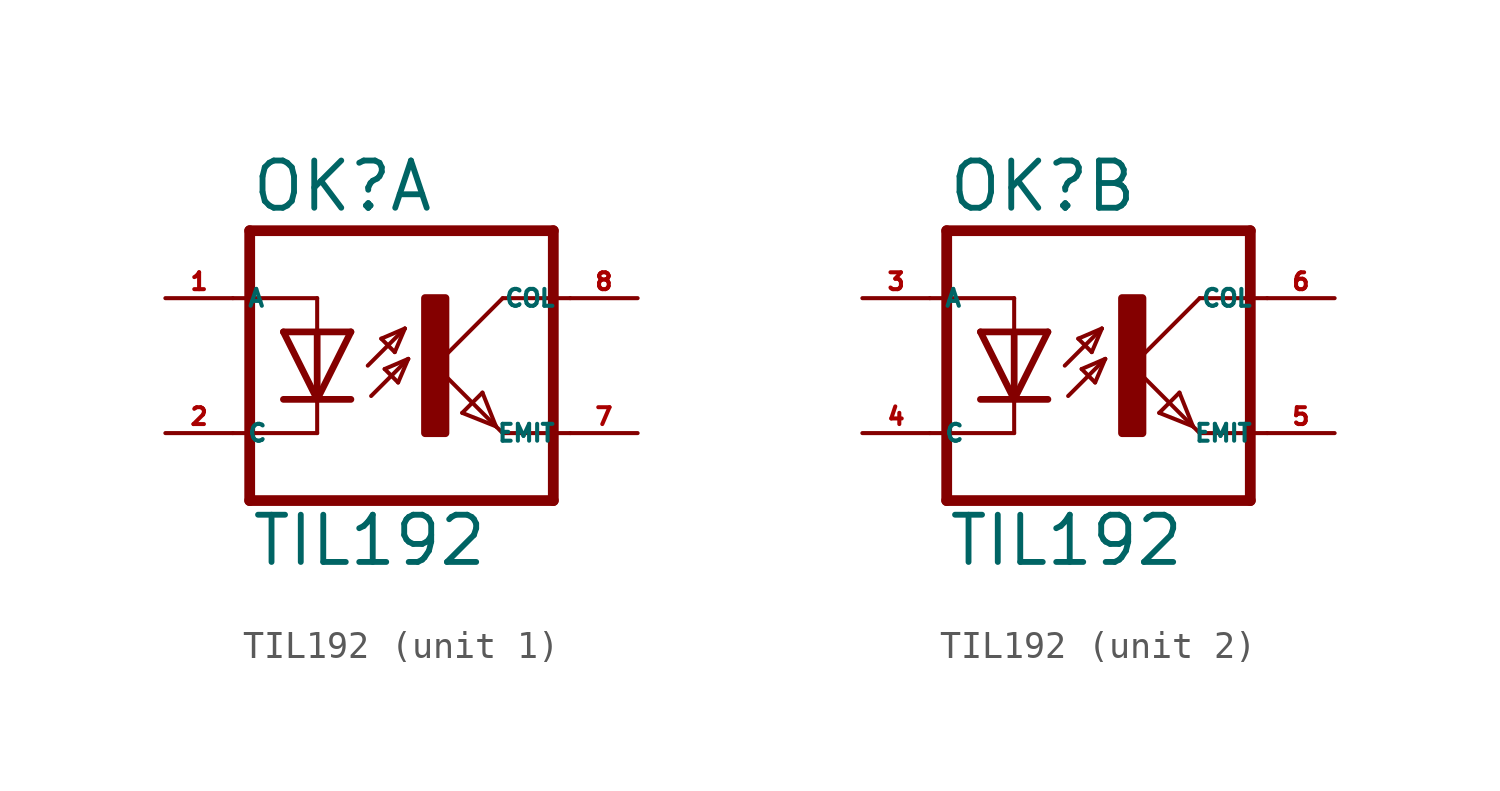
<source format=kicad_sym>
(kicad_symbol_lib
  (version 20220914)
  (generator kicad_symbol_editor)
  (symbol "TIL192"
    (property "Reference" "OK"
      (at -6.985 5.715 0)
      (effects (font (size 1.778 1.778) (thickness 0.22)) (justify left bottom)))
    (property "Value" "TIL192"
      (at -6.985 -7.62 0)
      (effects (font (size 1.778 1.778) (thickness 0.22)) (justify left bottom)))
    (symbol "TIL192_1_0"
      (rectangle (start -0.381 -2.54) (end 0.381 2.54) (stroke (width 0.3) (type default)) (fill (type outline)))
      (polyline (pts (xy -6.985 -5.08) (xy 4.445 -5.08)) (stroke (width 0.406) (type default)) (fill (type none)))
      (polyline (pts (xy -6.985 5.08) (xy -6.985 -5.08)) (stroke (width 0.406) (type default)) (fill (type none)))
      (polyline (pts (xy -6.985 5.08) (xy 4.445 5.08)) (stroke (width 0.406) (type default)) (fill (type none)))
      (polyline (pts (xy -4.445 -2.54) (xy -7.62 -2.54)) (stroke (width 0.152) (type default)) (fill (type none)))
      (polyline (pts (xy -4.445 -1.27) (xy -5.715 -1.27)) (stroke (width 0.254) (type default)) (fill (type none)))
      (polyline (pts (xy -4.445 -1.27) (xy -5.715 1.27)) (stroke (width 0.254) (type default)) (fill (type none)))
      (polyline (pts (xy -4.445 -1.27) (xy -4.445 -2.54)) (stroke (width 0.152) (type default)) (fill (type none)))
      (polyline (pts (xy -4.445 1.27) (xy -5.715 1.27)) (stroke (width 0.254) (type default)) (fill (type none)))
      (polyline (pts (xy -4.445 1.27) (xy -4.445 -1.27)) (stroke (width 0.254) (type default)) (fill (type none)))
      (polyline (pts (xy -4.445 2.54) (xy -7.62 2.54)) (stroke (width 0.152) (type default)) (fill (type none)))
      (polyline (pts (xy -4.445 2.54) (xy -4.445 1.27)) (stroke (width 0.152) (type default)) (fill (type none)))
      (polyline (pts (xy -3.175 -1.27) (xy -4.445 -1.27)) (stroke (width 0.254) (type default)) (fill (type none)))
      (polyline (pts (xy -3.175 1.27) (xy -4.445 -1.27)) (stroke (width 0.254) (type default)) (fill (type none)))
      (polyline (pts (xy -3.175 1.27) (xy -4.445 1.27)) (stroke (width 0.254) (type default)) (fill (type none)))
      (polyline (pts (xy -2.54 0) (xy -1.143 1.397)) (stroke (width 0.152) (type default)) (fill (type none)))
      (polyline (pts (xy -2.413 -1.143) (xy -1.016 0.254)) (stroke (width 0.152) (type default)) (fill (type none)))
      (polyline (pts (xy -2.032 1.016) (xy -1.524 0.508)) (stroke (width 0.152) (type default)) (fill (type none)))
      (polyline (pts (xy -1.905 -0.127) (xy -1.397 -0.635)) (stroke (width 0.152) (type default)) (fill (type none)))
      (polyline (pts (xy -1.524 0.508) (xy -1.143 1.397)) (stroke (width 0.152) (type default)) (fill (type none)))
      (polyline (pts (xy -1.397 -0.635) (xy -1.016 0.254)) (stroke (width 0.152) (type default)) (fill (type none)))
      (polyline (pts (xy -1.143 1.397) (xy -2.032 1.016)) (stroke (width 0.152) (type default)) (fill (type none)))
      (polyline (pts (xy -1.016 0.254) (xy -1.905 -0.127)) (stroke (width 0.152) (type default)) (fill (type none)))
      (polyline (pts (xy 0 0) (xy 2.286 -2.286)) (stroke (width 0.152) (type default)) (fill (type none)))
      (polyline (pts (xy 1.016 -1.778) (xy 1.778 -1.016)) (stroke (width 0.152) (type default)) (fill (type none)))
      (polyline (pts (xy 1.778 -1.016) (xy 2.286 -2.286)) (stroke (width 0.152) (type default)) (fill (type none)))
      (polyline (pts (xy 2.286 -2.286) (xy 1.016 -1.778)) (stroke (width 0.152) (type default)) (fill (type none)))
      (polyline (pts (xy 2.286 -2.286) (xy 2.54 -2.54)) (stroke (width 0.152) (type default)) (fill (type none)))
      (polyline (pts (xy 2.54 -2.54) (xy 5.08 -2.54)) (stroke (width 0.152) (type default)) (fill (type none)))
      (polyline (pts (xy 2.54 2.54) (xy 0 0)) (stroke (width 0.152) (type default)) (fill (type none)))
      (polyline (pts (xy 2.54 2.54) (xy 5.08 2.54)) (stroke (width 0.152) (type default)) (fill (type none)))
      (polyline (pts (xy 4.445 5.08) (xy 4.445 -5.08)) (stroke (width 0.406) (type default)) (fill (type none)))
      (pin passive line (at -10.16 2.54 0) (length 2.54) (name "A" (effects (font (size 0.635 0.635)))) (number "1" (effects (font (size 0.635 0.635)))))
      (pin passive line (at -10.16 -2.54 0) (length 2.54) (name "C" (effects (font (size 0.635 0.635)))) (number "2" (effects (font (size 0.635 0.635)))))
      (pin passive line (at 7.62 -2.54 180) (length 2.54) (name "EMIT" (effects (font (size 0.635 0.635)))) (number "7" (effects (font (size 0.635 0.635)))))
      (pin passive line (at 7.62 2.54 180) (length 2.54) (name "COL" (effects (font (size 0.635 0.635)))) (number "8" (effects (font (size 0.635 0.635))))))
    (symbol "TIL192_2_0"
      (rectangle (start -0.381 -2.54) (end 0.381 2.54) (stroke (width 0.3) (type default)) (fill (type outline)))
      (polyline (pts (xy -6.985 -5.08) (xy 4.445 -5.08)) (stroke (width 0.406) (type default)) (fill (type none)))
      (polyline (pts (xy -6.985 5.08) (xy -6.985 -5.08)) (stroke (width 0.406) (type default)) (fill (type none)))
      (polyline (pts (xy -6.985 5.08) (xy 4.445 5.08)) (stroke (width 0.406) (type default)) (fill (type none)))
      (polyline (pts (xy -4.445 -2.54) (xy -7.62 -2.54)) (stroke (width 0.152) (type default)) (fill (type none)))
      (polyline (pts (xy -4.445 -1.27) (xy -5.715 -1.27)) (stroke (width 0.254) (type default)) (fill (type none)))
      (polyline (pts (xy -4.445 -1.27) (xy -5.715 1.27)) (stroke (width 0.254) (type default)) (fill (type none)))
      (polyline (pts (xy -4.445 -1.27) (xy -4.445 -2.54)) (stroke (width 0.152) (type default)) (fill (type none)))
      (polyline (pts (xy -4.445 1.27) (xy -5.715 1.27)) (stroke (width 0.254) (type default)) (fill (type none)))
      (polyline (pts (xy -4.445 1.27) (xy -4.445 -1.27)) (stroke (width 0.254) (type default)) (fill (type none)))
      (polyline (pts (xy -4.445 2.54) (xy -7.62 2.54)) (stroke (width 0.152) (type default)) (fill (type none)))
      (polyline (pts (xy -4.445 2.54) (xy -4.445 1.27)) (stroke (width 0.152) (type default)) (fill (type none)))
      (polyline (pts (xy -3.175 -1.27) (xy -4.445 -1.27)) (stroke (width 0.254) (type default)) (fill (type none)))
      (polyline (pts (xy -3.175 1.27) (xy -4.445 -1.27)) (stroke (width 0.254) (type default)) (fill (type none)))
      (polyline (pts (xy -3.175 1.27) (xy -4.445 1.27)) (stroke (width 0.254) (type default)) (fill (type none)))
      (polyline (pts (xy -2.54 0) (xy -1.143 1.397)) (stroke (width 0.152) (type default)) (fill (type none)))
      (polyline (pts (xy -2.413 -1.143) (xy -1.016 0.254)) (stroke (width 0.152) (type default)) (fill (type none)))
      (polyline (pts (xy -2.032 1.016) (xy -1.524 0.508)) (stroke (width 0.152) (type default)) (fill (type none)))
      (polyline (pts (xy -1.905 -0.127) (xy -1.397 -0.635)) (stroke (width 0.152) (type default)) (fill (type none)))
      (polyline (pts (xy -1.524 0.508) (xy -1.143 1.397)) (stroke (width 0.152) (type default)) (fill (type none)))
      (polyline (pts (xy -1.397 -0.635) (xy -1.016 0.254)) (stroke (width 0.152) (type default)) (fill (type none)))
      (polyline (pts (xy -1.143 1.397) (xy -2.032 1.016)) (stroke (width 0.152) (type default)) (fill (type none)))
      (polyline (pts (xy -1.016 0.254) (xy -1.905 -0.127)) (stroke (width 0.152) (type default)) (fill (type none)))
      (polyline (pts (xy 0 0) (xy 2.286 -2.286)) (stroke (width 0.152) (type default)) (fill (type none)))
      (polyline (pts (xy 1.016 -1.778) (xy 1.778 -1.016)) (stroke (width 0.152) (type default)) (fill (type none)))
      (polyline (pts (xy 1.778 -1.016) (xy 2.286 -2.286)) (stroke (width 0.152) (type default)) (fill (type none)))
      (polyline (pts (xy 2.286 -2.286) (xy 1.016 -1.778)) (stroke (width 0.152) (type default)) (fill (type none)))
      (polyline (pts (xy 2.286 -2.286) (xy 2.54 -2.54)) (stroke (width 0.152) (type default)) (fill (type none)))
      (polyline (pts (xy 2.54 -2.54) (xy 5.08 -2.54)) (stroke (width 0.152) (type default)) (fill (type none)))
      (polyline (pts (xy 2.54 2.54) (xy 0 0)) (stroke (width 0.152) (type default)) (fill (type none)))
      (polyline (pts (xy 2.54 2.54) (xy 5.08 2.54)) (stroke (width 0.152) (type default)) (fill (type none)))
      (polyline (pts (xy 4.445 5.08) (xy 4.445 -5.08)) (stroke (width 0.406) (type default)) (fill (type none)))
      (pin passive line (at -10.16 2.54 0) (length 2.54) (name "A" (effects (font (size 0.635 0.635)))) (number "3" (effects (font (size 0.635 0.635)))))
      (pin passive line (at -10.16 -2.54 0) (length 2.54) (name "C" (effects (font (size 0.635 0.635)))) (number "4" (effects (font (size 0.635 0.635)))))
      (pin passive line (at 7.62 -2.54 180) (length 2.54) (name "EMIT" (effects (font (size 0.635 0.635)))) (number "5" (effects (font (size 0.635 0.635)))))
      (pin passive line (at 7.62 2.54 180) (length 2.54) (name "COL" (effects (font (size 0.635 0.635)))) (number "6" (effects (font (size 0.635 0.635))))))))
</source>
